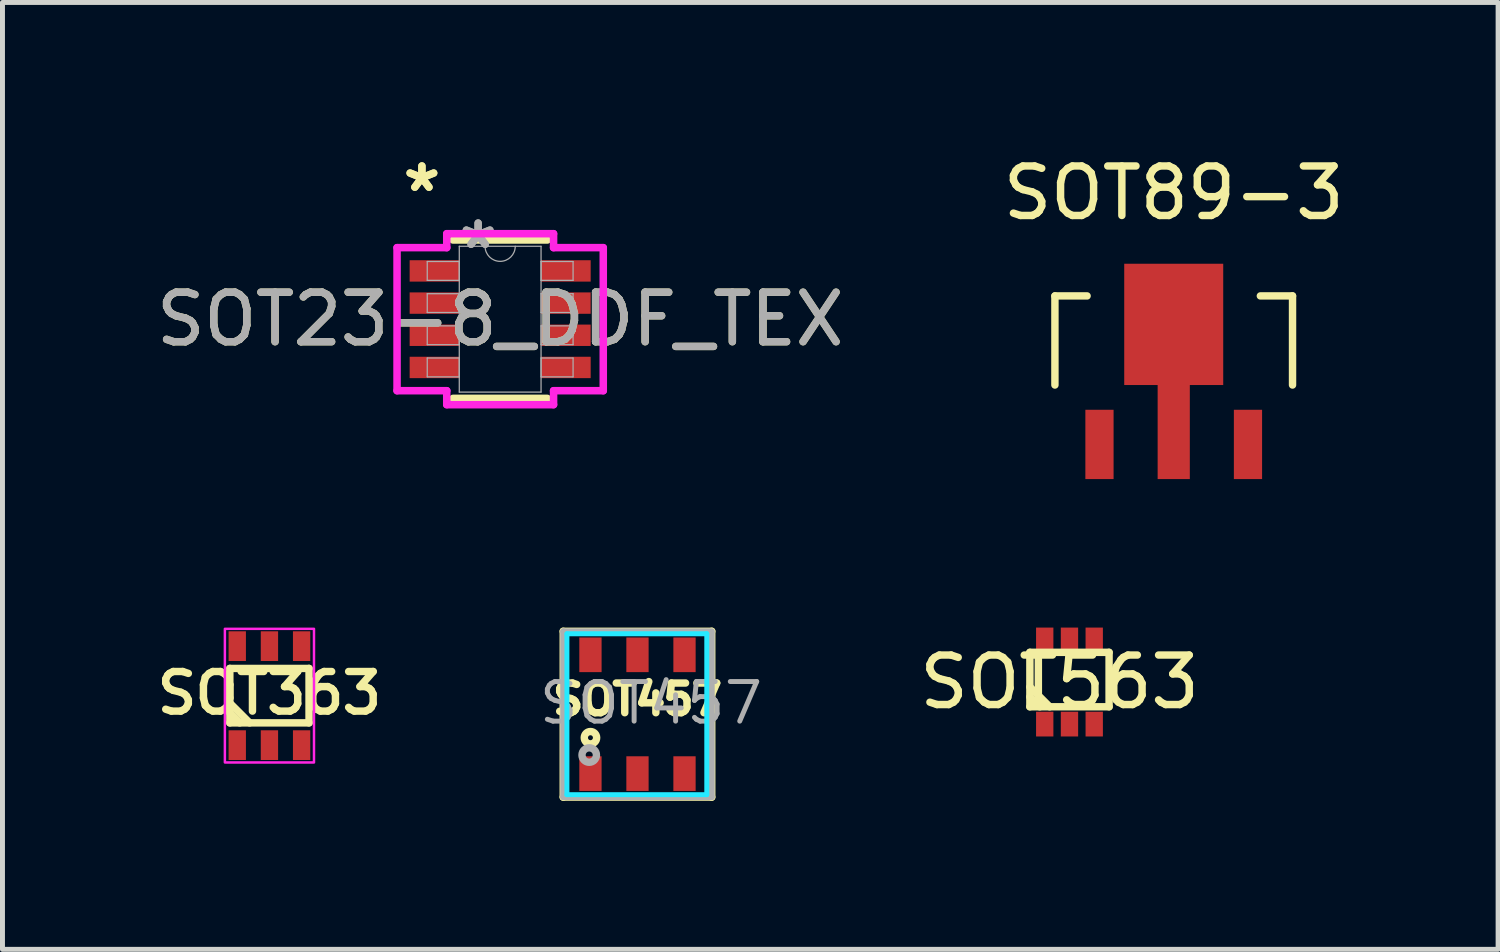
<source format=kicad_pcb>
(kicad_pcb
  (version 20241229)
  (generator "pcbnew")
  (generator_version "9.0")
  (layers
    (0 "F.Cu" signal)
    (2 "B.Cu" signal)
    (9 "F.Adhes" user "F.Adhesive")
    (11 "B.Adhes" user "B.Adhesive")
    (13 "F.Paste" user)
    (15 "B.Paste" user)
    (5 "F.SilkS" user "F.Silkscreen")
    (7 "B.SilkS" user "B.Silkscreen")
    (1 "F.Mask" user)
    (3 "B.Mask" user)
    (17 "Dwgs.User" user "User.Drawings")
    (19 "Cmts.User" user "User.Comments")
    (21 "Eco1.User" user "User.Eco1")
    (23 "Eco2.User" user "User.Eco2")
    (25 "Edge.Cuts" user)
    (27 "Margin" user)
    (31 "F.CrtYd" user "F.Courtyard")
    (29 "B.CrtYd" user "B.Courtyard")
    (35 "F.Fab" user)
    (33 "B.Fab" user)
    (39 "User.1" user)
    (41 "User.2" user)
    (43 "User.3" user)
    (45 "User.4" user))
  (footprint "SOT457"
    (layer "F.Cu")
    (at 9.828 11.378)
    (property "Reference" "SOT457" (at 0 -0.3 0) (layer "F.SilkS") (effects (font (size 0.6 0.6) (thickness 0.15))))
    (attr through_hole)
    (fp_line (start -1.5 -1.675) (end -1.5 1.675) (stroke (width 0.15) (type solid)) (layer "F.SilkS"))
    (fp_line (start -1.5 1.675) (end 1.5 1.675) (stroke (width 0.15) (type solid)) (layer "F.SilkS"))
    (fp_line (start 1.5 -1.675) (end -1.5 -1.675) (stroke (width 0.15) (type solid)) (layer "F.SilkS"))
    (fp_line (start 1.5 1.675) (end 1.5 -1.675) (stroke (width 0.15) (type solid)) (layer "F.SilkS"))
    (fp_circle (center -0.95 0.475) (end -0.85 0.55) (stroke (width 0.15) (type solid)) (fill no) (layer "F.SilkS"))
    (fp_line (start -1.425 -1.625) (end 1.4 -1.625) (stroke (width 0.1) (type solid)) (layer "B.CrtYd"))
    (fp_line (start -1.425 1.625) (end -1.425 -1.625) (stroke (width 0.1) (type solid)) (layer "B.CrtYd"))
    (fp_line (start 1.4 -1.625) (end 1.4 1.625) (stroke (width 0.1) (type solid)) (layer "B.CrtYd"))
    (fp_line (start 1.4 1.625) (end -1.425 1.625) (stroke (width 0.1) (type solid)) (layer "B.CrtYd"))
    (fp_line (start -1.5 -1.675) (end 1.5 -1.675) (stroke (width 0.12) (type solid)) (layer "F.Fab"))
    (fp_line (start -1.5 1.675) (end -1.5 -1.675) (stroke (width 0.12) (type solid)) (layer "F.Fab"))
    (fp_line (start 1.5 -1.65) (end 1.5 1.675) (stroke (width 0.12) (type solid)) (layer "F.Fab"))
    (fp_line (start 1.5 1.675) (end -1.5 1.675) (stroke (width 0.12) (type solid)) (layer "F.Fab"))
    (fp_circle (center -0.975 0.825) (end -0.829 0.825) (stroke (width 0.15) (type solid)) (fill no) (layer "F.Fab"))
    (fp_text user "${REFERENCE}" (at 0.275 -0.225 0) (layer "F.Fab") (effects (font (size 0.8 0.8) (thickness 0.1))))
    (pad "1" smd rect (at -0.95 1.2) (size 0.45 0.7) (layers "F.Cu" "F.Mask" "F.Paste"))
    (pad "2" smd rect (at 0 1.2) (size 0.45 0.7) (layers "F.Cu" "F.Mask" "F.Paste"))
    (pad "3" smd rect (at 0.95 1.2) (size 0.45 0.7) (layers "F.Cu" "F.Mask" "F.Paste"))
    (pad "4" smd rect (at 0.95 -1.2) (size 0.45 0.7) (layers "F.Cu" "F.Mask" "F.Paste"))
    (pad "5" smd rect (at 0 -1.2) (size 0.45 0.7) (layers "F.Cu" "F.Mask" "F.Paste"))
    (pad "6" smd rect (at -0.95 -1.2) (size 0.45 0.7) (layers "F.Cu" "F.Mask" "F.Paste")))
  (footprint "SOT363"
    (layer "F.Cu")
    (at 2.393 11.003)
    (property "Reference" "SOT363" (at 0 -0.05 0) (layer "F.SilkS") (effects (font (size 0.8 0.8) (thickness 0.15))))
    (attr through_hole)
    (fp_line (start -0.8 -0.55) (end 0.8 -0.55) (stroke (width 0.15) (type solid)) (layer "F.SilkS"))
    (fp_line (start -0.8 0.15) (end -0.4 0.55) (stroke (width 0.15) (type solid)) (layer "F.SilkS"))
    (fp_line (start -0.8 0.35) (end -0.6 0.55) (stroke (width 0.15) (type solid)) (layer "F.SilkS"))
    (fp_line (start -0.8 0.55) (end -0.8 -0.55) (stroke (width 0.15) (type solid)) (layer "F.SilkS"))
    (fp_line (start 0.8 -0.55) (end 0.8 0.55) (stroke (width 0.15) (type solid)) (layer "F.SilkS"))
    (fp_line (start 0.8 0.55) (end -0.8 0.55) (stroke (width 0.15) (type solid)) (layer "F.SilkS"))
    (fp_rect (start -0.9 -1.35) (end 0.9 1.35) (stroke (width 0.05) (type solid)) (fill no) (layer "F.CrtYd"))
    (pad "1" smd rect (at -0.65 1) (size 0.35 0.6) (layers "F.Cu" "F.Mask" "F.Paste"))
    (pad "2" smd rect (at 0 1) (size 0.35 0.6) (layers "F.Cu" "F.Mask" "F.Paste"))
    (pad "3" smd rect (at 0.65 1) (size 0.35 0.6) (layers "F.Cu" "F.Mask" "F.Paste"))
    (pad "4" smd rect (at 0.65 -1) (size 0.35 0.6) (layers "F.Cu" "F.Mask" "F.Paste"))
    (pad "5" smd rect (at 0 -1) (size 0.35 0.6) (layers "F.Cu" "F.Mask" "F.Paste"))
    (pad "6" smd rect (at -0.65 -1) (size 0.35 0.6) (layers "F.Cu" "F.Mask" "F.Paste")))
  (footprint "SOT563"
    (layer "F.Cu")
    (at 18.555 10.728)
    (property "Reference" "SOT563" (at -0.2 0 0) (layer "F.SilkS") (effects (font (size 1 1) (thickness 0.15))))
    (attr through_hole)
    (fp_line (start -0.8 -0.6) (end 0.8 -0.6) (stroke (width 0.15) (type solid)) (layer "F.SilkS"))
    (fp_line (start -0.8 0.1) (end -0.4 0.5) (stroke (width 0.15) (type solid)) (layer "F.SilkS"))
    (fp_line (start -0.8 0.3) (end -0.6 0.5) (stroke (width 0.15) (type solid)) (layer "F.SilkS"))
    (fp_line (start -0.8 0.5) (end -0.8 -0.6) (stroke (width 0.15) (type solid)) (layer "F.SilkS"))
    (fp_line (start 0.8 -0.6) (end 0.8 0.5) (stroke (width 0.15) (type solid)) (layer "F.SilkS"))
    (fp_line (start 0.8 0.5) (end -0.8 0.5) (stroke (width 0.15) (type solid)) (layer "F.SilkS"))
    (pad "1" smd rect (at -0.5 0.85) (size 0.35 0.5) (layers "F.Cu" "F.Mask" "F.Paste"))
    (pad "2" smd rect (at 0 0.85) (size 0.35 0.5) (layers "F.Cu" "F.Mask" "F.Paste"))
    (pad "3" smd rect (at 0.5 0.85) (size 0.35 0.5) (layers "F.Cu" "F.Mask" "F.Paste"))
    (pad "4" smd rect (at 0.5 -0.85) (size 0.35 0.5) (layers "F.Cu" "F.Mask" "F.Paste"))
    (pad "5" smd rect (at 0 -0.85) (size 0.35 0.5) (layers "F.Cu" "F.Mask" "F.Paste"))
    (pad "6" smd rect (at -0.5 -0.85) (size 0.35 0.5) (layers "F.Cu" "F.Mask" "F.Paste")))
  (footprint "SOT23-8_DDF_TEX"
    (layer "F.Cu")
    (at 7.054 3.398)
    (property "Reference" "SOT23-8_DDF_TEX" (at 0 0 0) (unlocked yes) (layer "F.SilkS") (effects (font (size 1 1) (thickness 0.15))))
    (attr smd)
    (fp_line (start -0.953 1.6) (end 0.953 1.6) (stroke (width 0.152) (type solid)) (layer "F.SilkS"))
    (fp_line (start 0.953 -1.6) (end -0.953 -1.6) (stroke (width 0.152) (type solid)) (layer "F.SilkS"))
    (fp_line (start -2.083 -1.445) (end -1.079 -1.445) (stroke (width 0.152) (type solid)) (layer "F.CrtYd"))
    (fp_line (start -2.083 1.445) (end -2.083 -1.445) (stroke (width 0.152) (type solid)) (layer "F.CrtYd"))
    (fp_line (start -2.083 1.445) (end -1.079 1.445) (stroke (width 0.152) (type solid)) (layer "F.CrtYd"))
    (fp_line (start -1.079 -1.727) (end 1.079 -1.727) (stroke (width 0.152) (type solid)) (layer "F.CrtYd"))
    (fp_line (start -1.079 -1.445) (end -1.079 -1.727) (stroke (width 0.152) (type solid)) (layer "F.CrtYd"))
    (fp_line (start -1.079 1.727) (end -1.079 1.445) (stroke (width 0.152) (type solid)) (layer "F.CrtYd"))
    (fp_line (start 1.079 -1.727) (end 1.079 -1.445) (stroke (width 0.152) (type solid)) (layer "F.CrtYd"))
    (fp_line (start 1.079 1.445) (end 1.079 1.727) (stroke (width 0.152) (type solid)) (layer "F.CrtYd"))
    (fp_line (start 1.079 1.727) (end -1.079 1.727) (stroke (width 0.152) (type solid)) (layer "F.CrtYd"))
    (fp_line (start 2.083 -1.445) (end 1.079 -1.445) (stroke (width 0.152) (type solid)) (layer "F.CrtYd"))
    (fp_line (start 2.083 -1.445) (end 2.083 1.445) (stroke (width 0.152) (type solid)) (layer "F.CrtYd"))
    (fp_line (start 2.083 1.445) (end 1.079 1.445) (stroke (width 0.152) (type solid)) (layer "F.CrtYd"))
    (fp_line (start -1.473 -1.165) (end -1.473 -0.784) (stroke (width 0.025) (type solid)) (layer "F.Fab"))
    (fp_line (start -1.473 -0.784) (end -0.826 -0.784) (stroke (width 0.025) (type solid)) (layer "F.Fab"))
    (fp_line (start -1.473 -0.515) (end -1.473 -0.135) (stroke (width 0.025) (type solid)) (layer "F.Fab"))
    (fp_line (start -1.473 -0.135) (end -0.826 -0.135) (stroke (width 0.025) (type solid)) (layer "F.Fab"))
    (fp_line (start -1.473 0.135) (end -1.473 0.515) (stroke (width 0.025) (type solid)) (layer "F.Fab"))
    (fp_line (start -1.473 0.515) (end -0.826 0.515) (stroke (width 0.025) (type solid)) (layer "F.Fab"))
    (fp_line (start -1.473 0.784) (end -1.473 1.165) (stroke (width 0.025) (type solid)) (layer "F.Fab"))
    (fp_line (start -1.473 1.165) (end -0.826 1.165) (stroke (width 0.025) (type solid)) (layer "F.Fab"))
    (fp_line (start -0.826 -1.473) (end -0.826 1.473) (stroke (width 0.025) (type solid)) (layer "F.Fab"))
    (fp_line (start -0.826 -1.165) (end -1.473 -1.165) (stroke (width 0.025) (type solid)) (layer "F.Fab"))
    (fp_line (start -0.826 -0.784) (end -0.826 -1.165) (stroke (width 0.025) (type solid)) (layer "F.Fab"))
    (fp_line (start -0.826 -0.515) (end -1.473 -0.515) (stroke (width 0.025) (type solid)) (layer "F.Fab"))
    (fp_line (start -0.826 -0.135) (end -0.826 -0.515) (stroke (width 0.025) (type solid)) (layer "F.Fab"))
    (fp_line (start -0.826 0.135) (end -1.473 0.135) (stroke (width 0.025) (type solid)) (layer "F.Fab"))
    (fp_line (start -0.826 0.515) (end -0.826 0.135) (stroke (width 0.025) (type solid)) (layer "F.Fab"))
    (fp_line (start -0.826 0.784) (end -1.473 0.784) (stroke (width 0.025) (type solid)) (layer "F.Fab"))
    (fp_line (start -0.826 1.165) (end -0.826 0.784) (stroke (width 0.025) (type solid)) (layer "F.Fab"))
    (fp_line (start -0.826 1.473) (end 0.826 1.473) (stroke (width 0.025) (type solid)) (layer "F.Fab"))
    (fp_line (start 0.826 -1.473) (end -0.826 -1.473) (stroke (width 0.025) (type solid)) (layer "F.Fab"))
    (fp_line (start 0.826 -1.165) (end 0.826 -0.784) (stroke (width 0.025) (type solid)) (layer "F.Fab"))
    (fp_line (start 0.826 -0.784) (end 1.473 -0.784) (stroke (width 0.025) (type solid)) (layer "F.Fab"))
    (fp_line (start 0.826 -0.515) (end 0.826 -0.135) (stroke (width 0.025) (type solid)) (layer "F.Fab"))
    (fp_line (start 0.826 -0.135) (end 1.473 -0.135) (stroke (width 0.025) (type solid)) (layer "F.Fab"))
    (fp_line (start 0.826 0.135) (end 0.826 0.515) (stroke (width 0.025) (type solid)) (layer "F.Fab"))
    (fp_line (start 0.826 0.515) (end 1.473 0.515) (stroke (width 0.025) (type solid)) (layer "F.Fab"))
    (fp_line (start 0.826 0.784) (end 0.826 1.165) (stroke (width 0.025) (type solid)) (layer "F.Fab"))
    (fp_line (start 0.826 1.165) (end 1.473 1.165) (stroke (width 0.025) (type solid)) (layer "F.Fab"))
    (fp_line (start 0.826 1.473) (end 0.826 -1.473) (stroke (width 0.025) (type solid)) (layer "F.Fab"))
    (fp_line (start 1.473 -1.165) (end 0.826 -1.165) (stroke (width 0.025) (type solid)) (layer "F.Fab"))
    (fp_line (start 1.473 -0.784) (end 1.473 -1.165) (stroke (width 0.025) (type solid)) (layer "F.Fab"))
    (fp_line (start 1.473 -0.515) (end 0.826 -0.515) (stroke (width 0.025) (type solid)) (layer "F.Fab"))
    (fp_line (start 1.473 -0.135) (end 1.473 -0.515) (stroke (width 0.025) (type solid)) (layer "F.Fab"))
    (fp_line (start 1.473 0.135) (end 0.826 0.135) (stroke (width 0.025) (type solid)) (layer "F.Fab"))
    (fp_line (start 1.473 0.515) (end 1.473 0.135) (stroke (width 0.025) (type solid)) (layer "F.Fab"))
    (fp_line (start 1.473 0.784) (end 0.826 0.784) (stroke (width 0.025) (type solid)) (layer "F.Fab"))
    (fp_line (start 1.473 1.165) (end 1.473 0.784) (stroke (width 0.025) (type solid)) (layer "F.Fab"))
    (fp_arc (start 0.3048 -1.4732) (mid 0 -1.1684) (end -0.3048 -1.4732) (stroke (width 0.0254) (type solid)) (layer "F.Fab"))
    (fp_text user "*" (at -1.581 -2.55 0) (layer "F.SilkS") (effects (font (size 1 1) (thickness 0.15))))
    (fp_text user "*" (at -1.581 -2.55 0) (unlocked yes) (layer "F.SilkS") (effects (font (size 1 1) (thickness 0.15))))
    (fp_text user "*" (at -0.445 -1.397 0) (unlocked yes) (layer "F.Fab") (effects (font (size 1 1) (thickness 0.15))))
    (fp_text user "${REFERENCE}" (at 0 0 0) (unlocked yes) (layer "F.Fab") (effects (font (size 1 1) (thickness 0.15))))
    (fp_text user "*" (at -0.445 -1.397 0) (layer "F.Fab") (effects (font (size 1 1) (thickness 0.15))))
    (pad "1" smd rect (at -1.327 -0.975) (size 1.003 0.432) (layers "F.Cu" "F.Mask" "F.Paste"))
    (pad "2" smd rect (at -1.327 -0.325) (size 1.003 0.432) (layers "F.Cu" "F.Mask" "F.Paste"))
    (pad "3" smd rect (at -1.327 0.325) (size 1.003 0.432) (layers "F.Cu" "F.Mask" "F.Paste"))
    (pad "4" smd rect (at -1.327 0.975) (size 1.003 0.432) (layers "F.Cu" "F.Mask" "F.Paste"))
    (pad "5" smd rect (at 1.327 0.975) (size 1.003 0.432) (layers "F.Cu" "F.Mask" "F.Paste"))
    (pad "6" smd rect (at 1.327 0.325) (size 1.003 0.432) (layers "F.Cu" "F.Mask" "F.Paste"))
    (pad "7" smd rect (at 1.327 -0.325) (size 1.003 0.432) (layers "F.Cu" "F.Mask" "F.Paste"))
    (pad "8" smd rect (at 1.327 -0.975) (size 1.003 0.432) (layers "F.Cu" "F.Mask" "F.Paste")))
  (footprint "SOT89-3"
    (layer "F.Cu")
    (at 20.661 5.928)
    (property "Reference" "SOT89-3" (at 0 -5.08 0) (layer "F.SilkS") (effects (font (size 1 1) (thickness 0.15))))
    (attr smd)
    (fp_line (start -2.4 -3) (end -2.4 -1.2) (stroke (width 0.15) (type solid)) (layer "F.SilkS"))
    (fp_line (start -2.4 -3) (end -1.75 -3) (stroke (width 0.15) (type solid)) (layer "F.SilkS"))
    (fp_line (start 2.4 -3) (end 1.75 -3) (stroke (width 0.15) (type solid)) (layer "F.SilkS"))
    (fp_line (start 2.4 -3) (end 2.4 -1.2) (stroke (width 0.15) (type solid)) (layer "F.SilkS"))
    (pad "1" smd rect (at -1.5 0) (size 0.57 1.4) (layers "F.Cu" "F.Mask" "F.Paste"))
    (pad "2" smd rect (at 0 -2.425) (size 2 2.45) (layers "F.Cu" "F.Mask" "F.Paste"))
    (pad "2" smd rect (at 0 -0.3) (size 0.65 2) (layers "F.Cu" "F.Mask" "F.Paste"))
    (pad "3" smd rect (at 1.5 0) (size 0.57 1.4) (layers "F.Cu" "F.Mask" "F.Paste")))
  (gr_rect
    (start -3 -3)
    (end 27.214 16.128)
    (stroke (width 0.1) (type default))
    (fill no)
    (layer "Edge.Cuts")))
</source>
